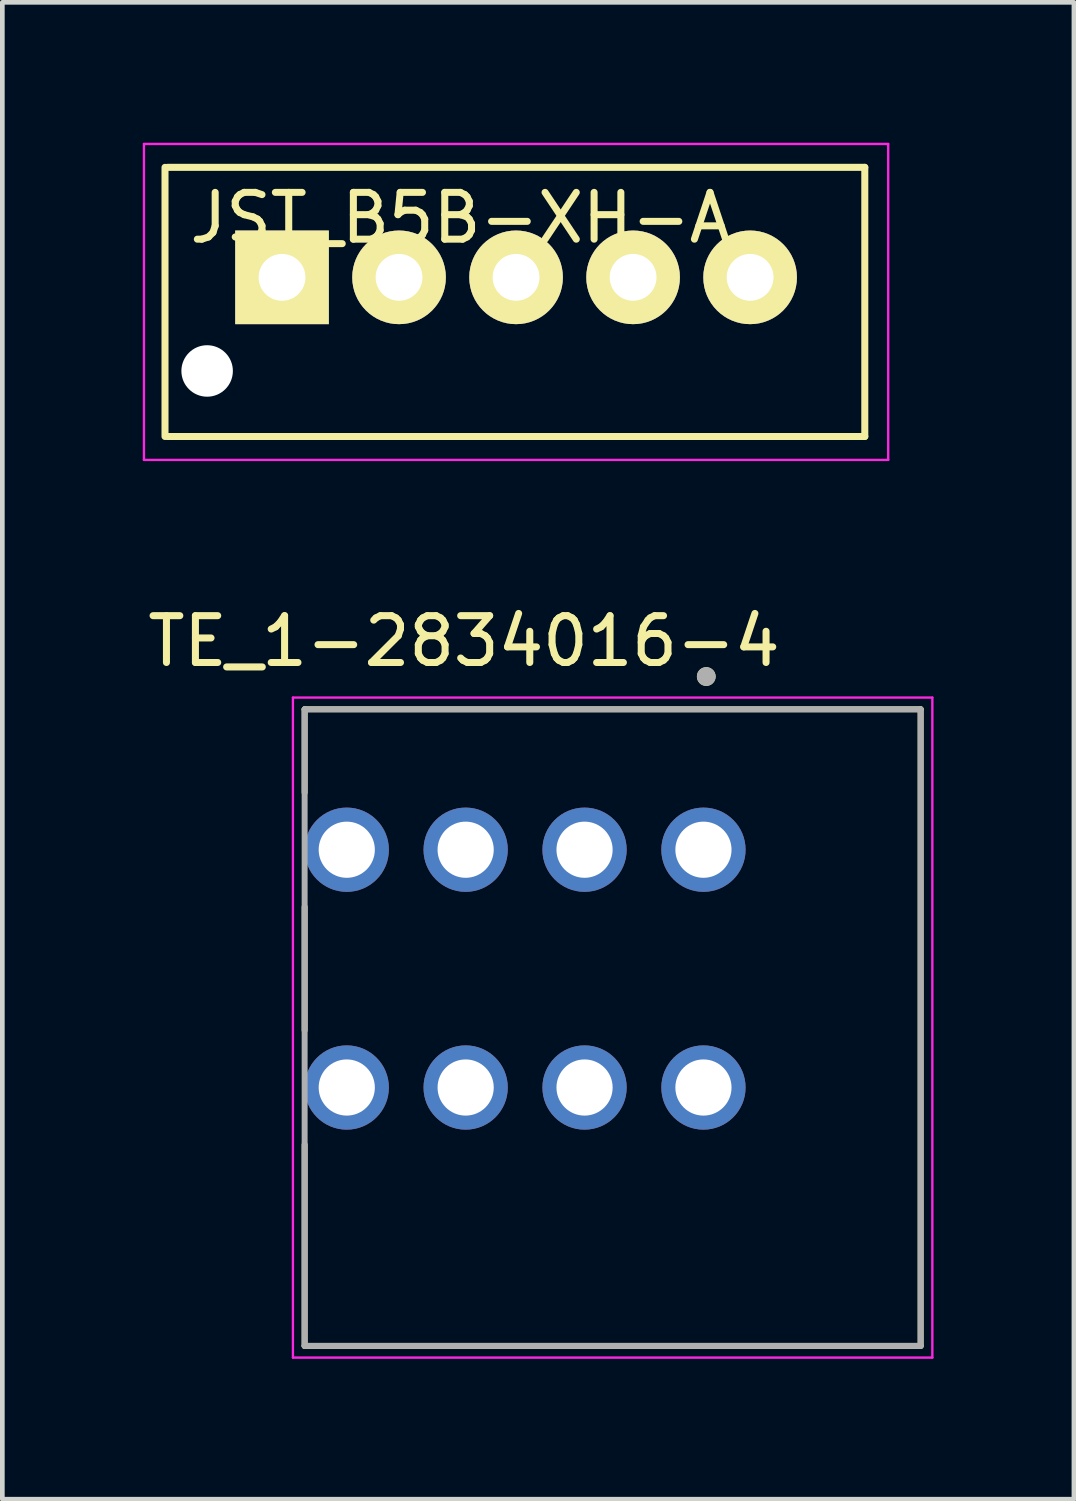
<source format=kicad_pcb>
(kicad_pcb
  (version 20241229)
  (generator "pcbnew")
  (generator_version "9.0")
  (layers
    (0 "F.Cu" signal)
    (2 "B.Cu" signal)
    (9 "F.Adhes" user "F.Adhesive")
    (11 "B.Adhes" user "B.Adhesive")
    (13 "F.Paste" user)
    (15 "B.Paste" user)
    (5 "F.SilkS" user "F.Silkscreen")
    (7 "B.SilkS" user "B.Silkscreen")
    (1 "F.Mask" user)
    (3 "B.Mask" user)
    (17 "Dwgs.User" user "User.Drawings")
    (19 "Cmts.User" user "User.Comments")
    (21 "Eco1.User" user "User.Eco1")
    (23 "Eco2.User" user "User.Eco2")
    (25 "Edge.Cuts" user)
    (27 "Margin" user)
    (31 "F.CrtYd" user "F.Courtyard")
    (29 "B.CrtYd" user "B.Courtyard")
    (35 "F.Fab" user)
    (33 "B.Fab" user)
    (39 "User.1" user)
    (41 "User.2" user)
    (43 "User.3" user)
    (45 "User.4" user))
  (footprint "JST_B5B-XH-A"
    (layer "F.Cu")
    (at 2.975 2.875)
    (property "Reference" "JST_B5B-XH-A" (at 3.81 -1.27 0) (layer "F.SilkS") (effects (font (size 1 1) (thickness 0.15))))
    (attr through_hole)
    (fp_line (start -2.5 -2.35) (end -2.5 3.4) (stroke (width 0.15) (type solid)) (layer "F.SilkS"))
    (fp_line (start -2.45 -2.35) (end 12.45 -2.35) (stroke (width 0.15) (type solid)) (layer "F.SilkS"))
    (fp_line (start -2.45 3.4) (end 12.45 3.4) (stroke (width 0.15) (type solid)) (layer "F.SilkS"))
    (fp_line (start 12.45 -2.35) (end 12.45 3.4) (stroke (width 0.15) (type solid)) (layer "F.SilkS"))
    (fp_line (start -2.95 -2.85) (end -2.95 3.9) (stroke (width 0.05) (type solid)) (layer "F.CrtYd"))
    (fp_line (start -2.95 -2.85) (end 12.95 -2.85) (stroke (width 0.05) (type solid)) (layer "F.CrtYd"))
    (fp_line (start -2.95 3.9) (end 12.95 3.9) (stroke (width 0.05) (type solid)) (layer "F.CrtYd"))
    (fp_line (start 12.95 -2.85) (end 12.95 3.9) (stroke (width 0.05) (type solid)) (layer "F.CrtYd"))
    (pad "" np_thru_hole circle (at -1.6 2) (size 1.1 1.1) (drill 1.1) (layers "*.Cu" "*.Mask"))
    (pad "1" thru_hole rect (at 0 0) (size 2 2) (drill 1) (layers "*.Cu" "*.Mask" "F.SilkS"))
    (pad "2" thru_hole circle (at 2.5 0) (size 2 2) (drill 1) (layers "*.Cu" "*.Mask" "F.SilkS"))
    (pad "3" thru_hole circle (at 5 0) (size 2 2) (drill 1) (layers "*.Cu" "*.Mask" "F.SilkS"))
    (pad "4" thru_hole circle (at 7.5 0) (size 2 2) (drill 1) (layers "*.Cu" "*.Mask" "F.SilkS"))
    (pad "5" thru_hole circle (at 10 0) (size 2 2) (drill 1) (layers "*.Cu" "*.Mask" "F.SilkS")))
  (footprint "TE_1-2834016-4"
    (layer "F.Cu")
    (at 10.038 18.903)
    (property "Reference" "TE_1-2834016-4" (at -3.175 -8.255 0) (layer "F.SilkS") (effects (font (size 1 1) (thickness 0.15))))
    (attr through_hole)
    (fp_line (start -6.58 -6.8) (end 6.58 -6.8) (stroke (width 0.127) (type solid)) (layer "F.SilkS"))
    (fp_line (start -6.58 -5.02) (end -6.58 -6.8) (stroke (width 0.127) (type solid)) (layer "F.SilkS"))
    (fp_line (start -6.58 -2.58) (end -6.58 0.06) (stroke (width 0.127) (type solid)) (layer "F.SilkS"))
    (fp_line (start -6.58 6.8) (end -6.58 2.5) (stroke (width 0.127) (type solid)) (layer "F.SilkS"))
    (fp_line (start 6.58 -6.8) (end 6.58 6.8) (stroke (width 0.127) (type solid)) (layer "F.SilkS"))
    (fp_line (start 6.58 6.8) (end -6.58 6.8) (stroke (width 0.127) (type solid)) (layer "F.SilkS"))
    (fp_circle (center 2 -7.5) (end 2.1 -7.5) (stroke (width 0.2) (type solid)) (fill no) (layer "F.SilkS"))
    (fp_line (start -6.83 -7.05) (end -6.83 7.05) (stroke (width 0.05) (type solid)) (layer "F.CrtYd"))
    (fp_line (start -6.83 7.05) (end 6.83 7.05) (stroke (width 0.05) (type solid)) (layer "F.CrtYd"))
    (fp_line (start 6.83 -7.05) (end -6.83 -7.05) (stroke (width 0.05) (type solid)) (layer "F.CrtYd"))
    (fp_line (start 6.83 7.05) (end 6.83 -7.05) (stroke (width 0.05) (type solid)) (layer "F.CrtYd"))
    (fp_line (start -6.58 -6.8) (end 6.58 -6.8) (stroke (width 0.127) (type solid)) (layer "F.Fab"))
    (fp_line (start -6.58 6.8) (end -6.58 -6.8) (stroke (width 0.127) (type solid)) (layer "F.Fab"))
    (fp_line (start 6.58 -6.8) (end 6.58 6.8) (stroke (width 0.127) (type solid)) (layer "F.Fab"))
    (fp_line (start 6.58 6.8) (end -6.58 6.8) (stroke (width 0.127) (type solid)) (layer "F.Fab"))
    (fp_circle (center 2 -7.5) (end 2.1 -7.5) (stroke (width 0.2) (type solid)) (fill no) (layer "F.Fab"))
    (pad "1_1" thru_hole circle (at 1.94 1.28) (size 1.8 1.8) (drill 1.2) (layers "*.Cu" "*.Mask"))
    (pad "1_2" thru_hole circle (at 1.94 -3.8) (size 1.8 1.8) (drill 1.2) (layers "*.Cu" "*.Mask"))
    (pad "2_1" thru_hole circle (at -0.6 1.28) (size 1.8 1.8) (drill 1.2) (layers "*.Cu" "*.Mask"))
    (pad "2_2" thru_hole circle (at -0.6 -3.8) (size 1.8 1.8) (drill 1.2) (layers "*.Cu" "*.Mask"))
    (pad "3_1" thru_hole circle (at -3.14 1.28) (size 1.8 1.8) (drill 1.2) (layers "*.Cu" "*.Mask"))
    (pad "3_2" thru_hole circle (at -3.14 -3.8) (size 1.8 1.8) (drill 1.2) (layers "*.Cu" "*.Mask"))
    (pad "4_1" thru_hole circle (at -5.68 1.28) (size 1.8 1.8) (drill 1.2) (layers "*.Cu" "*.Mask"))
    (pad "4_2" thru_hole circle (at -5.68 -3.8) (size 1.8 1.8) (drill 1.2) (layers "*.Cu" "*.Mask")))
  (gr_rect
    (start -3 -3)
    (end 19.893 28.978)
    (stroke (width 0.1) (type default))
    (fill no)
    (layer "Edge.Cuts")))
</source>
